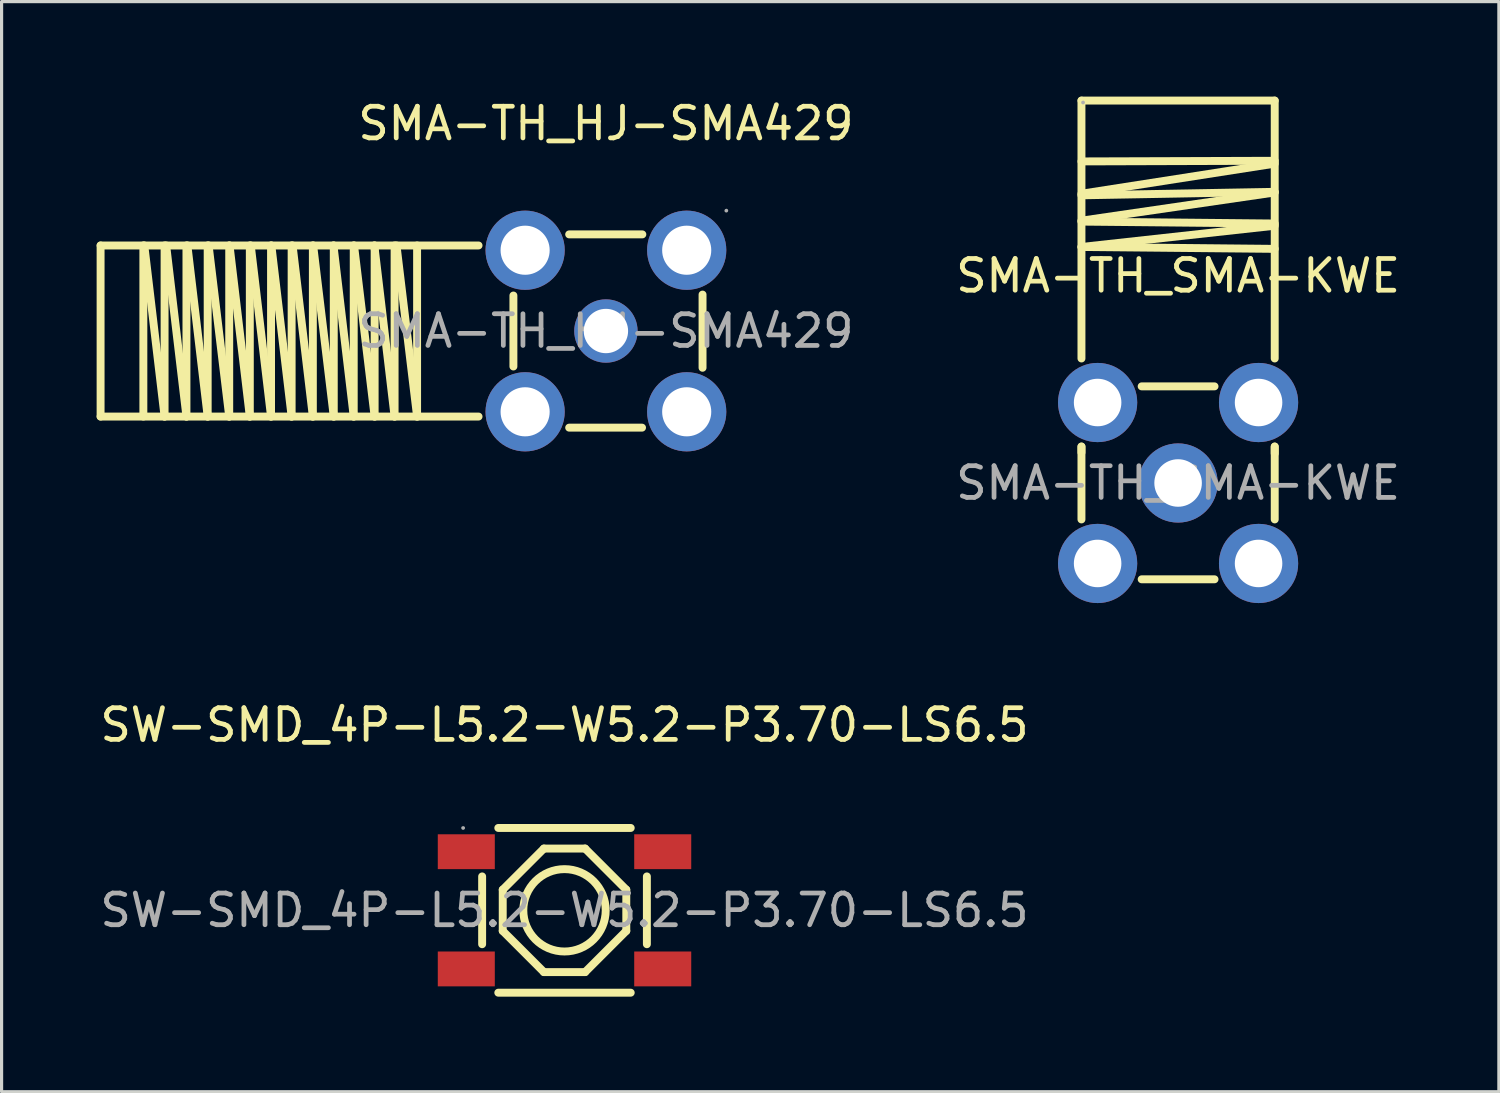
<source format=kicad_pcb>
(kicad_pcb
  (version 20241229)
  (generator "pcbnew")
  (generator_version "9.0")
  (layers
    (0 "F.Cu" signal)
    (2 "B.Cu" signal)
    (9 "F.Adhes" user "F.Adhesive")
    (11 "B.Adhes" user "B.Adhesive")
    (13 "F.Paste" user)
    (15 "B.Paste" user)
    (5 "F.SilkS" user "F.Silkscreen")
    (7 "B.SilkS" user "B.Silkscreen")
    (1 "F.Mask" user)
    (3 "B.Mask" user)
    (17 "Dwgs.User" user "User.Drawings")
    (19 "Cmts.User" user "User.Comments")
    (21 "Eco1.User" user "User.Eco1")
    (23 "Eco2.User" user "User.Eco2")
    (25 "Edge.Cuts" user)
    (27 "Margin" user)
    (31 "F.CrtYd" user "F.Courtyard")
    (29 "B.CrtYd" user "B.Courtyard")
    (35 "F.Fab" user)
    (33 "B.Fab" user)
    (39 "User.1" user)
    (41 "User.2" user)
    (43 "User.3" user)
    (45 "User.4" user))
  (footprint "SW-SMD_4P-L5.2-W5.2-P3.70-LS6.5"
    (layer "F.Cu")
    (at 14.768 25.683)
    (property "Reference" "SW-SMD_4P-L5.2-W5.2-P3.70-LS6.5" (at 0 -5.85 0) (layer "F.SilkS") (effects (font (size 1 1) (thickness 0.15))))
    (attr smd)
    (fp_line (start -2.6 1.07) (end -2.6 -1.07) (stroke (width 0.25) (type solid)) (layer "F.SilkS"))
    (fp_line (start -2.09 -2.6) (end 2.09 -2.6) (stroke (width 0.25) (type solid)) (layer "F.SilkS"))
    (fp_line (start -1.95 -0.65) (end -0.65 -1.95) (stroke (width 0.25) (type solid)) (layer "F.SilkS"))
    (fp_line (start -1.95 0.65) (end -1.95 -0.65) (stroke (width 0.25) (type solid)) (layer "F.SilkS"))
    (fp_line (start -0.65 -1.95) (end 0.65 -1.95) (stroke (width 0.25) (type solid)) (layer "F.SilkS"))
    (fp_line (start -0.65 1.95) (end -1.95 0.65) (stroke (width 0.25) (type solid)) (layer "F.SilkS"))
    (fp_line (start 0.65 -1.95) (end 1.95 -0.65) (stroke (width 0.25) (type solid)) (layer "F.SilkS"))
    (fp_line (start 0.65 1.95) (end -0.65 1.95) (stroke (width 0.25) (type solid)) (layer "F.SilkS"))
    (fp_line (start 1.95 -0.65) (end 1.95 0.65) (stroke (width 0.25) (type solid)) (layer "F.SilkS"))
    (fp_line (start 1.95 0.65) (end 0.65 1.95) (stroke (width 0.25) (type solid)) (layer "F.SilkS"))
    (fp_line (start 2.09 2.6) (end -2.09 2.6) (stroke (width 0.25) (type solid)) (layer "F.SilkS"))
    (fp_line (start 2.6 -1.07) (end 2.6 1.07) (stroke (width 0.25) (type solid)) (layer "F.SilkS"))
    (fp_circle (center 0 0) (end 1.3 0) (stroke (width 0.25) (type solid)) (fill no) (layer "F.SilkS"))
    (fp_circle (center -3.2 -2.6) (end -3.17 -2.6) (stroke (width 0.06) (type solid)) (fill no) (layer "F.Fab"))
    (fp_text user "${REFERENCE}" (at 0 0 0) (layer "F.Fab") (effects (font (size 1 1) (thickness 0.15))))
    (pad "1" smd rect (at -3.1 -1.85) (size 1.8 1.1) (layers "F.Cu" "F.Mask" "F.Paste"))
    (pad "2" smd rect (at 3.1 -1.85) (size 1.8 1.1) (layers "F.Cu" "F.Mask" "F.Paste"))
    (pad "3" smd rect (at -3.1 1.85) (size 1.8 1.1) (layers "F.Cu" "F.Mask" "F.Paste"))
    (pad "4" smd rect (at 3.1 1.85) (size 1.8 1.1) (layers "F.Cu" "F.Mask" "F.Paste")))
  (footprint "SMA-TH_SMA-KWE"
    (layer "F.Cu")
    (at 34.135 12.195)
    (property "Reference" "SMA-TH_SMA-KWE" (at 0 -6.54 0) (layer "F.SilkS") (effects (font (size 1 1) (thickness 0.15))))
    (attr through_hole)
    (fp_line (start -3.05 -12.07) (end 3.05 -12.07) (stroke (width 0.25) (type solid)) (layer "F.SilkS"))
    (fp_line (start -3.05 -10.15) (end 3.05 -10.17) (stroke (width 0.25) (type solid)) (layer "F.SilkS"))
    (fp_line (start -3.05 -9.08) (end 3.05 -9.19) (stroke (width 0.25) (type solid)) (layer "F.SilkS"))
    (fp_line (start -3.05 -8.25) (end 3.05 -8.19) (stroke (width 0.25) (type solid)) (layer "F.SilkS"))
    (fp_line (start -3.05 -7.45) (end 3.05 -7.39) (stroke (width 0.25) (type solid)) (layer "F.SilkS"))
    (fp_line (start -3.05 -3.93) (end -3.05 -12.07) (stroke (width 0.25) (type solid)) (layer "F.SilkS"))
    (fp_line (start -3.05 -1.15) (end -3.05 1.15) (stroke (width 0.25) (type solid)) (layer "F.SilkS"))
    (fp_line (start -3.05 -0.96) (end -3.05 -1.15) (stroke (width 0.25) (type solid)) (layer "F.SilkS"))
    (fp_line (start -1.15 3.04) (end 1.15 3.04) (stroke (width 0.25) (type solid)) (layer "F.SilkS"))
    (fp_line (start 1.15 -3.05) (end -1.15 -3.05) (stroke (width 0.25) (type solid)) (layer "F.SilkS"))
    (fp_line (start 3.05 -12.07) (end 3.05 -3.93) (stroke (width 0.25) (type solid)) (layer "F.SilkS"))
    (fp_line (start 3.05 -10.08) (end -3.05 -9.13) (stroke (width 0.25) (type solid)) (layer "F.SilkS"))
    (fp_line (start 3.05 -9.17) (end -3.05 -8.28) (stroke (width 0.25) (type solid)) (layer "F.SilkS"))
    (fp_line (start 3.05 -8.12) (end -3.05 -7.45) (stroke (width 0.25) (type solid)) (layer "F.SilkS"))
    (fp_line (start 3.05 -1.15) (end 3.05 -0.93) (stroke (width 0.25) (type solid)) (layer "F.SilkS"))
    (fp_line (start 3.05 1.15) (end 3.05 -1.15) (stroke (width 0.25) (type solid)) (layer "F.SilkS"))
    (fp_circle (center -3 -12.01) (end -2.97 -12.01) (stroke (width 0.06) (type solid)) (fill no) (layer "F.Fab"))
    (fp_circle (center 0 0) (end 0.33 0) (stroke (width 0.65) (type solid)) (fill no) (layer "F.Fab"))
    (fp_text user "${REFERENCE}" (at 0 0 0) (layer "F.Fab") (effects (font (size 1 1) (thickness 0.15))))
    (pad "1" thru_hole circle (at -2.54 -2.54) (size 2.5 2.5) (drill 1.5) (layers "*.Cu" "*.Mask"))
    (pad "2" thru_hole circle (at 2.54 -2.54) (size 2.5 2.5) (drill 1.5) (layers "*.Cu" "*.Mask"))
    (pad "3" thru_hole circle (at 2.54 2.54) (size 2.5 2.5) (drill 1.5) (layers "*.Cu" "*.Mask"))
    (pad "4" thru_hole circle (at -2.54 2.54) (size 2.5 2.5) (drill 1.5) (layers "*.Cu" "*.Mask"))
    (pad "5" thru_hole circle (at 0 0) (size 2.5 2.5) (drill 1.5) (layers "*.Cu" "*.Mask")))
  (footprint "SMA-TH_HJ-SMA429"
    (layer "F.Cu")
    (at 16.075 7.398)
    (property "Reference" "SMA-TH_HJ-SMA429" (at 0 -6.55 0) (layer "F.SilkS") (effects (font (size 1 1) (thickness 0.15))))
    (attr through_hole)
    (fp_line (start -15.95 -2.7) (end -15.95 2.7) (stroke (width 0.25) (type solid)) (layer "F.SilkS"))
    (fp_line (start -15.95 -2.7) (end -4.02 -2.7) (stroke (width 0.25) (type solid)) (layer "F.SilkS"))
    (fp_line (start -15.95 2.7) (end -4.02 2.7) (stroke (width 0.25) (type solid)) (layer "F.SilkS"))
    (fp_line (start -14.6 -2.7) (end -14.6 2.7) (stroke (width 0.25) (type solid)) (layer "F.SilkS"))
    (fp_line (start -13.93 -2.7) (end -13.93 2.7) (stroke (width 0.25) (type solid)) (layer "F.SilkS"))
    (fp_line (start -13.93 2.7) (end -14.57 -2.7) (stroke (width 0.25) (type solid)) (layer "F.SilkS"))
    (fp_line (start -13.24 -2.7) (end -13.24 2.7) (stroke (width 0.25) (type solid)) (layer "F.SilkS"))
    (fp_line (start -13.24 2.7) (end -13.88 -2.7) (stroke (width 0.25) (type solid)) (layer "F.SilkS"))
    (fp_line (start -12.57 -2.7) (end -12.57 2.7) (stroke (width 0.25) (type solid)) (layer "F.SilkS"))
    (fp_line (start -12.57 2.7) (end -13.21 -2.7) (stroke (width 0.25) (type solid)) (layer "F.SilkS"))
    (fp_line (start -11.89 -2.7) (end -11.89 2.7) (stroke (width 0.25) (type solid)) (layer "F.SilkS"))
    (fp_line (start -11.89 2.7) (end -12.54 -2.7) (stroke (width 0.25) (type solid)) (layer "F.SilkS"))
    (fp_line (start -11.24 -2.7) (end -11.24 2.7) (stroke (width 0.25) (type solid)) (layer "F.SilkS"))
    (fp_line (start -11.24 2.7) (end -11.88 -2.7) (stroke (width 0.25) (type solid)) (layer "F.SilkS"))
    (fp_line (start -10.57 -2.7) (end -10.57 2.7) (stroke (width 0.25) (type solid)) (layer "F.SilkS"))
    (fp_line (start -10.57 2.7) (end -11.21 -2.7) (stroke (width 0.25) (type solid)) (layer "F.SilkS"))
    (fp_line (start -9.92 -2.7) (end -9.92 2.7) (stroke (width 0.25) (type solid)) (layer "F.SilkS"))
    (fp_line (start -9.92 2.7) (end -10.56 -2.7) (stroke (width 0.25) (type solid)) (layer "F.SilkS"))
    (fp_line (start -9.25 -2.7) (end -9.25 2.7) (stroke (width 0.25) (type solid)) (layer "F.SilkS"))
    (fp_line (start -9.25 2.7) (end -9.89 -2.7) (stroke (width 0.25) (type solid)) (layer "F.SilkS"))
    (fp_line (start -8.59 -2.7) (end -8.59 2.7) (stroke (width 0.25) (type solid)) (layer "F.SilkS"))
    (fp_line (start -8.59 2.7) (end -9.24 -2.7) (stroke (width 0.25) (type solid)) (layer "F.SilkS"))
    (fp_line (start -7.96 -2.7) (end -7.96 2.7) (stroke (width 0.25) (type solid)) (layer "F.SilkS"))
    (fp_line (start -7.96 2.7) (end -8.6 -2.7) (stroke (width 0.25) (type solid)) (layer "F.SilkS"))
    (fp_line (start -7.3 -2.7) (end -7.3 2.7) (stroke (width 0.25) (type solid)) (layer "F.SilkS"))
    (fp_line (start -7.3 2.7) (end -7.95 -2.7) (stroke (width 0.25) (type solid)) (layer "F.SilkS"))
    (fp_line (start -6.67 -2.7) (end -6.67 2.7) (stroke (width 0.25) (type solid)) (layer "F.SilkS"))
    (fp_line (start -6.67 2.7) (end -7.31 -2.7) (stroke (width 0.25) (type solid)) (layer "F.SilkS"))
    (fp_line (start -5.96 -2.7) (end -5.96 2.7) (stroke (width 0.25) (type solid)) (layer "F.SilkS"))
    (fp_line (start -5.96 2.7) (end -6.61 -2.7) (stroke (width 0.25) (type solid)) (layer "F.SilkS"))
    (fp_line (start -2.92 -1.12) (end -2.92 1.12) (stroke (width 0.25) (type solid)) (layer "F.SilkS"))
    (fp_line (start -1.16 3.05) (end 1.14 3.05) (stroke (width 0.25) (type solid)) (layer "F.SilkS"))
    (fp_line (start 1.15 -3.05) (end -1.16 -3.05) (stroke (width 0.25) (type solid)) (layer "F.SilkS"))
    (fp_line (start 3.05 1.16) (end 3.05 -1.15) (stroke (width 0.25) (type solid)) (layer "F.SilkS"))
    (fp_circle (center -2.55 -2.55) (end -2.21 -2.55) (stroke (width 0.68) (type solid)) (fill no) (layer "F.Fab"))
    (fp_circle (center -2.55 2.55) (end -2.21 2.55) (stroke (width 0.68) (type solid)) (fill no) (layer "F.Fab"))
    (fp_circle (center 0 0) (end 0.3 0) (stroke (width 0.6) (type solid)) (fill no) (layer "F.Fab"))
    (fp_circle (center 2.55 -2.55) (end 2.89 -2.55) (stroke (width 0.68) (type solid)) (fill no) (layer "F.Fab"))
    (fp_circle (center 2.55 2.55) (end 2.89 2.55) (stroke (width 0.68) (type solid)) (fill no) (layer "F.Fab"))
    (fp_circle (center 3.8 -3.8) (end 3.83 -3.8) (stroke (width 0.06) (type solid)) (fill no) (layer "F.Fab"))
    (fp_text user "${REFERENCE}" (at 0 0 0) (layer "F.Fab") (effects (font (size 1 1) (thickness 0.15))))
    (pad "1" thru_hole circle (at 0 0) (size 2 2) (drill 1.4) (layers "*.Cu" "*.Mask"))
    (pad "2" thru_hole circle (at -2.55 -2.55) (size 2.5 2.5) (drill 1.55) (layers "*.Cu" "*.Mask"))
    (pad "3" thru_hole circle (at -2.55 2.55) (size 2.5 2.5) (drill 1.55) (layers "*.Cu" "*.Mask"))
    (pad "4" thru_hole circle (at 2.55 2.55) (size 2.5 2.5) (drill 1.55) (layers "*.Cu" "*.Mask"))
    (pad "5" thru_hole circle (at 2.55 -2.55) (size 2.5 2.5) (drill 1.55) (layers "*.Cu" "*.Mask")))
  (gr_rect
    (start -3 -3)
    (end 44.26 31.408)
    (stroke (width 0.1) (type default))
    (fill no)
    (layer "Edge.Cuts")))
</source>
